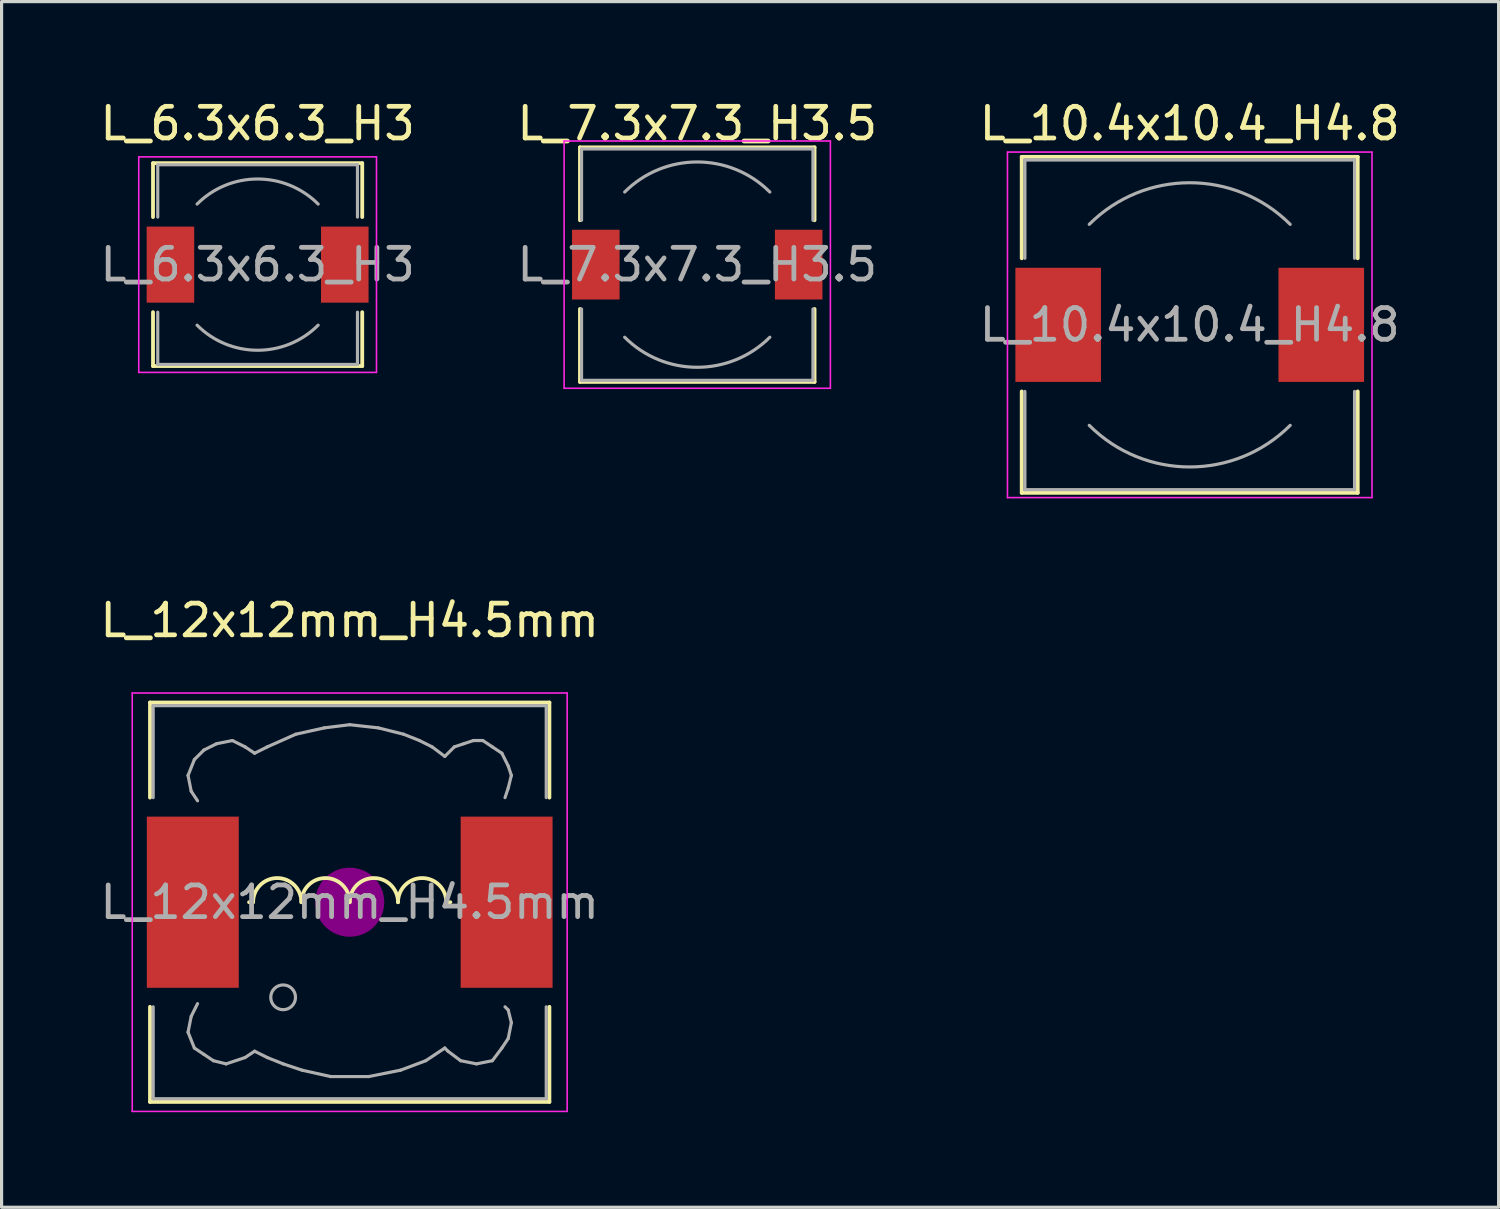
<source format=kicad_pcb>
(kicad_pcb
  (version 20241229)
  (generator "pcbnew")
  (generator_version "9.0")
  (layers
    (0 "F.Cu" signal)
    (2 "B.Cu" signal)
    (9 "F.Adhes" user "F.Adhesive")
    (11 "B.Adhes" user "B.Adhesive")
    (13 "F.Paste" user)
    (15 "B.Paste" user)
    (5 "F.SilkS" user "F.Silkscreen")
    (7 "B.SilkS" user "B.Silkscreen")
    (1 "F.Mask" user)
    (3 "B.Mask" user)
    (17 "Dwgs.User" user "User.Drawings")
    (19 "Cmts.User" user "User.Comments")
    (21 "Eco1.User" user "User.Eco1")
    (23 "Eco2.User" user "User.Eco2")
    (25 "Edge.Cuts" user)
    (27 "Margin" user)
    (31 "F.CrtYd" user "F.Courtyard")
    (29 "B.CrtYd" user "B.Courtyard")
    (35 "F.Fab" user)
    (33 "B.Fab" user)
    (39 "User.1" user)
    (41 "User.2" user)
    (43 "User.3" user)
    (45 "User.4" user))
  (footprint "L_7.3x7.3_H3.5"
    (layer "F.Cu")
    (at 18.946 5.298)
    (property "Reference" "L_7.3x7.3_H3.5" (at 0 -4.45 0) (layer "F.SilkS") (effects (font (size 1 1) (thickness 0.15))))
    (attr smd)
    (fp_line (start -3.7 -3.7) (end 3.7 -3.7) (stroke (width 0.12) (type solid)) (layer "F.SilkS"))
    (fp_line (start -3.7 -1.4) (end -3.7 -3.7) (stroke (width 0.12) (type solid)) (layer "F.SilkS"))
    (fp_line (start -3.7 3.7) (end -3.7 1.4) (stroke (width 0.12) (type solid)) (layer "F.SilkS"))
    (fp_line (start 3.7 -3.7) (end 3.7 -1.4) (stroke (width 0.12) (type solid)) (layer "F.SilkS"))
    (fp_line (start 3.7 1.4) (end 3.7 3.7) (stroke (width 0.12) (type solid)) (layer "F.SilkS"))
    (fp_line (start 3.7 3.7) (end -3.7 3.7) (stroke (width 0.12) (type solid)) (layer "F.SilkS"))
    (fp_line (start -4.2 -3.9) (end -4.2 3.9) (stroke (width 0.05) (type solid)) (layer "F.CrtYd"))
    (fp_line (start -4.2 3.9) (end 4.2 3.9) (stroke (width 0.05) (type solid)) (layer "F.CrtYd"))
    (fp_line (start 4.2 -3.9) (end -4.2 -3.9) (stroke (width 0.05) (type solid)) (layer "F.CrtYd"))
    (fp_line (start 4.2 3.9) (end 4.2 -3.9) (stroke (width 0.05) (type solid)) (layer "F.CrtYd"))
    (fp_line (start -3.65 -3.65) (end -3.65 -1.4) (stroke (width 0.1) (type solid)) (layer "F.Fab"))
    (fp_line (start -3.65 -3.65) (end 3.65 -3.65) (stroke (width 0.1) (type solid)) (layer "F.Fab"))
    (fp_line (start -3.65 3.65) (end -3.65 1.4) (stroke (width 0.1) (type solid)) (layer "F.Fab"))
    (fp_line (start 3.65 -3.65) (end 3.65 -1.4) (stroke (width 0.1) (type solid)) (layer "F.Fab"))
    (fp_line (start 3.65 3.65) (end -3.65 3.65) (stroke (width 0.1) (type solid)) (layer "F.Fab"))
    (fp_line (start 3.65 3.65) (end 3.65 1.4) (stroke (width 0.1) (type solid)) (layer "F.Fab"))
    (fp_arc (start -2.29 -2.29) (mid 0 -3.238549) (end 2.29 -2.29) (stroke (width 0.1) (type solid)) (layer "F.Fab"))
    (fp_arc (start 2.29 2.29) (mid 0 3.238549) (end -2.29 2.29) (stroke (width 0.1) (type solid)) (layer "F.Fab"))
    (fp_text user "${REFERENCE}" (at 0 0 0) (layer "F.Fab") (effects (font (size 1 1) (thickness 0.15))))
    (pad "1" smd rect (at -3.2 0) (size 1.5 2.2) (layers "F.Cu" "F.Mask" "F.Paste"))
    (pad "2" smd rect (at 3.2 0) (size 1.5 2.2) (layers "F.Cu" "F.Mask" "F.Paste")))
  (footprint "L_10.4x10.4_H4.8"
    (layer "F.Cu")
    (at 34.482 7.198)
    (property "Reference" "L_10.4x10.4_H4.8" (at 0 -6.35 0) (layer "F.SilkS") (effects (font (size 1 1) (thickness 0.15))))
    (attr smd)
    (fp_line (start -5.3 -5.3) (end 5.3 -5.3) (stroke (width 0.12) (type solid)) (layer "F.SilkS"))
    (fp_line (start -5.3 -2.1) (end -5.3 -5.3) (stroke (width 0.12) (type solid)) (layer "F.SilkS"))
    (fp_line (start -5.3 5.3) (end -5.3 2.1) (stroke (width 0.12) (type solid)) (layer "F.SilkS"))
    (fp_line (start 5.3 -5.3) (end 5.3 -2.1) (stroke (width 0.12) (type solid)) (layer "F.SilkS"))
    (fp_line (start 5.3 2.1) (end 5.3 5.3) (stroke (width 0.12) (type solid)) (layer "F.SilkS"))
    (fp_line (start 5.3 5.3) (end -5.3 5.3) (stroke (width 0.12) (type solid)) (layer "F.SilkS"))
    (fp_line (start -5.75 -5.45) (end -5.75 5.45) (stroke (width 0.05) (type solid)) (layer "F.CrtYd"))
    (fp_line (start -5.75 5.45) (end 5.75 5.45) (stroke (width 0.05) (type solid)) (layer "F.CrtYd"))
    (fp_line (start 5.75 -5.45) (end -5.75 -5.45) (stroke (width 0.05) (type solid)) (layer "F.CrtYd"))
    (fp_line (start 5.75 5.45) (end 5.75 -5.45) (stroke (width 0.05) (type solid)) (layer "F.CrtYd"))
    (fp_line (start -5.2 -5.2) (end -5.2 -2.1) (stroke (width 0.1) (type solid)) (layer "F.Fab"))
    (fp_line (start -5.2 -5.2) (end 5.2 -5.2) (stroke (width 0.1) (type solid)) (layer "F.Fab"))
    (fp_line (start -5.2 5.2) (end -5.2 2.1) (stroke (width 0.1) (type solid)) (layer "F.Fab"))
    (fp_line (start -5.2 5.2) (end 5.2 5.2) (stroke (width 0.1) (type solid)) (layer "F.Fab"))
    (fp_line (start 5.2 -5.2) (end 5.2 -2.1) (stroke (width 0.1) (type solid)) (layer "F.Fab"))
    (fp_line (start 5.2 5.2) (end 5.2 2.1) (stroke (width 0.1) (type solid)) (layer "F.Fab"))
    (fp_arc (start -3.17 -3.17) (mid 0 -4.483057) (end 3.17 -3.17) (stroke (width 0.1) (type solid)) (layer "F.Fab"))
    (fp_arc (start 3.17 3.17) (mid 0 4.483057) (end -3.17 3.17) (stroke (width 0.1) (type solid)) (layer "F.Fab"))
    (fp_text user "${REFERENCE}" (at 0 0 0) (layer "F.Fab") (effects (font (size 1 1) (thickness 0.15))))
    (pad "1" smd rect (at -4.15 0) (size 2.7 3.6) (layers "F.Cu" "F.Mask" "F.Paste"))
    (pad "2" smd rect (at 4.15 0) (size 2.7 3.6) (layers "F.Cu" "F.Mask" "F.Paste")))
  (footprint "L_6.3x6.3_H3"
    (layer "F.Cu")
    (at 5.077 5.298)
    (property "Reference" "L_6.3x6.3_H3" (at 0 -4.45 0) (layer "F.SilkS") (effects (font (size 1 1) (thickness 0.15))))
    (attr smd)
    (fp_line (start -3.3 -3.2) (end 3.3 -3.2) (stroke (width 0.12) (type solid)) (layer "F.SilkS"))
    (fp_line (start -3.3 -1.5) (end -3.3 -3.2) (stroke (width 0.12) (type solid)) (layer "F.SilkS"))
    (fp_line (start -3.3 3.2) (end -3.3 1.5) (stroke (width 0.12) (type solid)) (layer "F.SilkS"))
    (fp_line (start 3.3 -3.2) (end 3.3 -1.5) (stroke (width 0.12) (type solid)) (layer "F.SilkS"))
    (fp_line (start 3.3 1.5) (end 3.3 3.2) (stroke (width 0.12) (type solid)) (layer "F.SilkS"))
    (fp_line (start 3.3 3.2) (end -3.3 3.2) (stroke (width 0.12) (type solid)) (layer "F.SilkS"))
    (fp_line (start -3.75 -3.4) (end -3.75 3.4) (stroke (width 0.05) (type solid)) (layer "F.CrtYd"))
    (fp_line (start -3.75 3.4) (end 3.75 3.4) (stroke (width 0.05) (type solid)) (layer "F.CrtYd"))
    (fp_line (start 3.75 -3.4) (end -3.75 -3.4) (stroke (width 0.05) (type solid)) (layer "F.CrtYd"))
    (fp_line (start 3.75 3.4) (end 3.75 -3.4) (stroke (width 0.05) (type solid)) (layer "F.CrtYd"))
    (fp_line (start -3.15 -3.15) (end -3.15 -1.5) (stroke (width 0.1) (type solid)) (layer "F.Fab"))
    (fp_line (start -3.15 -3.15) (end 3.15 -3.15) (stroke (width 0.1) (type solid)) (layer "F.Fab"))
    (fp_line (start -3.15 3.15) (end -3.15 1.5) (stroke (width 0.1) (type solid)) (layer "F.Fab"))
    (fp_line (start -3.15 3.15) (end 3.15 3.15) (stroke (width 0.1) (type solid)) (layer "F.Fab"))
    (fp_line (start 3.15 -3.15) (end 3.15 -1.5) (stroke (width 0.1) (type solid)) (layer "F.Fab"))
    (fp_line (start 3.15 3.15) (end 3.15 1.5) (stroke (width 0.1) (type solid)) (layer "F.Fab"))
    (fp_arc (start -1.91 -1.91) (mid 0 -2.701148) (end 1.91 -1.91) (stroke (width 0.1) (type solid)) (layer "F.Fab"))
    (fp_arc (start 1.91 1.91) (mid 0 2.701148) (end -1.91 1.91) (stroke (width 0.1) (type solid)) (layer "F.Fab"))
    (fp_text user "${REFERENCE}" (at 0 0 0) (layer "F.Fab") (effects (font (size 1 1) (thickness 0.15))))
    (pad "1" smd rect (at -2.75 0) (size 1.5 2.4) (layers "F.Cu" "F.Mask" "F.Paste"))
    (pad "2" smd rect (at 2.75 0) (size 1.5 2.4) (layers "F.Cu" "F.Mask" "F.Paste")))
  (footprint "L_12x12mm_H4.5mm"
    (layer "F.Cu")
    (at 7.982 25.412)
    (property "Reference" "L_12x12mm_H4.5mm" (at 0 -8.89 0) (layer "F.SilkS") (effects (font (size 1 1) (thickness 0.15))))
    (attr smd)
    (fp_line (start -6.3 -6.3) (end 6.3 -6.3) (stroke (width 0.12) (type solid)) (layer "F.SilkS"))
    (fp_line (start -6.3 -3.3) (end -6.3 -6.3) (stroke (width 0.12) (type solid)) (layer "F.SilkS"))
    (fp_line (start -6.3 6.3) (end -6.3 3.3) (stroke (width 0.12) (type solid)) (layer "F.SilkS"))
    (fp_line (start -3.048 0) (end -3.175 0) (stroke (width 0.12) (type solid)) (layer "F.SilkS"))
    (fp_line (start 3.175 0) (end 3.048 0) (stroke (width 0.12) (type solid)) (layer "F.SilkS"))
    (fp_line (start 6.3 -6.3) (end 6.3 -3.3) (stroke (width 0.12) (type solid)) (layer "F.SilkS"))
    (fp_line (start 6.3 3.3) (end 6.3 6.3) (stroke (width 0.12) (type solid)) (layer "F.SilkS"))
    (fp_line (start 6.3 6.3) (end -6.3 6.3) (stroke (width 0.12) (type solid)) (layer "F.SilkS"))
    (fp_arc (start -3.048 0) (mid -2.286 -0.762) (end -1.524 0) (stroke (width 0.12) (type solid)) (layer "F.SilkS"))
    (fp_arc (start -1.524 0) (mid -0.762 -0.762) (end 0 0) (stroke (width 0.12) (type solid)) (layer "F.SilkS"))
    (fp_arc (start 0 0) (mid 0.762 -0.762) (end 1.524 0) (stroke (width 0.12) (type solid)) (layer "F.SilkS"))
    (fp_arc (start 1.524 0) (mid 2.286 -0.762) (end 3.048 0) (stroke (width 0.12) (type solid)) (layer "F.SilkS"))
    (fp_circle (center 0 0) (end 0.15 0.15) (stroke (width 0.38) (type solid)) (fill no) (layer "F.Adhes"))
    (fp_circle (center 0 0) (end 0.55 0) (stroke (width 0.38) (type solid)) (fill no) (layer "F.Adhes"))
    (fp_circle (center 0 0) (end 0.9 0) (stroke (width 0.38) (type solid)) (fill no) (layer "F.Adhes"))
    (fp_line (start -6.86 -6.6) (end 6.86 -6.6) (stroke (width 0.05) (type solid)) (layer "F.CrtYd"))
    (fp_line (start -6.86 6.6) (end -6.86 -6.6) (stroke (width 0.05) (type solid)) (layer "F.CrtYd"))
    (fp_line (start 6.86 -6.6) (end 6.86 6.6) (stroke (width 0.05) (type solid)) (layer "F.CrtYd"))
    (fp_line (start 6.86 6.6) (end -6.86 6.6) (stroke (width 0.05) (type solid)) (layer "F.CrtYd"))
    (fp_line (start -6.2 -6.2) (end -6.2 -3.3) (stroke (width 0.1) (type solid)) (layer "F.Fab"))
    (fp_line (start -6.2 3.3) (end -6.2 6.2) (stroke (width 0.1) (type solid)) (layer "F.Fab"))
    (fp_line (start -6.2 6.2) (end 6.2 6.2) (stroke (width 0.1) (type solid)) (layer "F.Fab"))
    (fp_line (start -5.1 -4) (end -5 -3.5) (stroke (width 0.1) (type solid)) (layer "F.Fab"))
    (fp_line (start -5.1 4.1) (end -5 3.6) (stroke (width 0.1) (type solid)) (layer "F.Fab"))
    (fp_line (start -5 -3.5) (end -4.8 -3.2) (stroke (width 0.1) (type solid)) (layer "F.Fab"))
    (fp_line (start -5 3.6) (end -4.8 3.2) (stroke (width 0.1) (type solid)) (layer "F.Fab"))
    (fp_line (start -4.9 -4.5) (end -5.1 -4) (stroke (width 0.1) (type solid)) (layer "F.Fab"))
    (fp_line (start -4.9 4.6) (end -5.1 4.1) (stroke (width 0.1) (type solid)) (layer "F.Fab"))
    (fp_line (start -4.6 -4.8) (end -4.9 -4.5) (stroke (width 0.1) (type solid)) (layer "F.Fab"))
    (fp_line (start -4.6 4.8) (end -4.9 4.6) (stroke (width 0.1) (type solid)) (layer "F.Fab"))
    (fp_line (start -4.3 5) (end -4.6 4.8) (stroke (width 0.1) (type solid)) (layer "F.Fab"))
    (fp_line (start -4.2 -5) (end -4.6 -4.8) (stroke (width 0.1) (type solid)) (layer "F.Fab"))
    (fp_line (start -3.9 5.1) (end -4.3 5) (stroke (width 0.1) (type solid)) (layer "F.Fab"))
    (fp_line (start -3.7 -5.1) (end -4.2 -5) (stroke (width 0.1) (type solid)) (layer "F.Fab"))
    (fp_line (start -3.3 -4.9) (end -3.7 -5.1) (stroke (width 0.1) (type solid)) (layer "F.Fab"))
    (fp_line (start -3.3 4.9) (end -3.9 5.1) (stroke (width 0.1) (type solid)) (layer "F.Fab"))
    (fp_line (start -3 -4.7) (end -3.3 -4.9) (stroke (width 0.1) (type solid)) (layer "F.Fab"))
    (fp_line (start -3 4.7) (end -3.3 4.9) (stroke (width 0.1) (type solid)) (layer "F.Fab"))
    (fp_line (start -2.6 -4.9) (end -3 -4.7) (stroke (width 0.1) (type solid)) (layer "F.Fab"))
    (fp_line (start -2.6 4.9) (end -3 4.7) (stroke (width 0.1) (type solid)) (layer "F.Fab"))
    (fp_line (start -2.1 5.1) (end -2.6 4.9) (stroke (width 0.1) (type solid)) (layer "F.Fab"))
    (fp_line (start -1.7 -5.3) (end -2.6 -4.9) (stroke (width 0.1) (type solid)) (layer "F.Fab"))
    (fp_line (start -1.5 5.3) (end -2.1 5.1) (stroke (width 0.1) (type solid)) (layer "F.Fab"))
    (fp_line (start -0.8 -5.5) (end -1.7 -5.3) (stroke (width 0.1) (type solid)) (layer "F.Fab"))
    (fp_line (start -0.6 5.5) (end -1.5 5.3) (stroke (width 0.1) (type solid)) (layer "F.Fab"))
    (fp_line (start 0 -5.6) (end -0.8 -5.5) (stroke (width 0.1) (type solid)) (layer "F.Fab"))
    (fp_line (start 0.6 5.5) (end -0.6 5.5) (stroke (width 0.1) (type solid)) (layer "F.Fab"))
    (fp_line (start 0.9 -5.5) (end 0 -5.6) (stroke (width 0.1) (type solid)) (layer "F.Fab"))
    (fp_line (start 1.6 5.3) (end 0.6 5.5) (stroke (width 0.1) (type solid)) (layer "F.Fab"))
    (fp_line (start 1.7 -5.3) (end 0.9 -5.5) (stroke (width 0.1) (type solid)) (layer "F.Fab"))
    (fp_line (start 2.2 -5.1) (end 1.7 -5.3) (stroke (width 0.1) (type solid)) (layer "F.Fab"))
    (fp_line (start 2.4 5) (end 1.6 5.3) (stroke (width 0.1) (type solid)) (layer "F.Fab"))
    (fp_line (start 2.6 -4.9) (end 2.2 -5.1) (stroke (width 0.1) (type solid)) (layer "F.Fab"))
    (fp_line (start 3 -4.6) (end 2.6 -4.9) (stroke (width 0.1) (type solid)) (layer "F.Fab"))
    (fp_line (start 3 4.6) (end 2.4 5) (stroke (width 0.1) (type solid)) (layer "F.Fab"))
    (fp_line (start 3.1 4.7) (end 3 4.6) (stroke (width 0.1) (type solid)) (layer "F.Fab"))
    (fp_line (start 3.3 -4.9) (end 3 -4.6) (stroke (width 0.1) (type solid)) (layer "F.Fab"))
    (fp_line (start 3.5 5) (end 3.1 4.7) (stroke (width 0.1) (type solid)) (layer "F.Fab"))
    (fp_line (start 3.6 -5) (end 3.3 -4.9) (stroke (width 0.1) (type solid)) (layer "F.Fab"))
    (fp_line (start 3.9 -5.1) (end 3.6 -5) (stroke (width 0.1) (type solid)) (layer "F.Fab"))
    (fp_line (start 4 5.1) (end 3.5 5) (stroke (width 0.1) (type solid)) (layer "F.Fab"))
    (fp_line (start 4.2 -5.1) (end 3.9 -5.1) (stroke (width 0.1) (type solid)) (layer "F.Fab"))
    (fp_line (start 4.5 -4.9) (end 4.2 -5.1) (stroke (width 0.1) (type solid)) (layer "F.Fab"))
    (fp_line (start 4.5 5) (end 4 5.1) (stroke (width 0.1) (type solid)) (layer "F.Fab"))
    (fp_line (start 4.8 -4.7) (end 4.5 -4.9) (stroke (width 0.1) (type solid)) (layer "F.Fab"))
    (fp_line (start 4.8 4.6) (end 4.5 5) (stroke (width 0.1) (type solid)) (layer "F.Fab"))
    (fp_line (start 4.9 -3.3) (end 5 -3.6) (stroke (width 0.1) (type solid)) (layer "F.Fab"))
    (fp_line (start 4.9 3.3) (end 5 3.4) (stroke (width 0.1) (type solid)) (layer "F.Fab"))
    (fp_line (start 5 -4.3) (end 4.8 -4.7) (stroke (width 0.1) (type solid)) (layer "F.Fab"))
    (fp_line (start 5 -3.6) (end 5.1 -4) (stroke (width 0.1) (type solid)) (layer "F.Fab"))
    (fp_line (start 5 3.4) (end 5.1 3.8) (stroke (width 0.1) (type solid)) (layer "F.Fab"))
    (fp_line (start 5 4.3) (end 4.8 4.6) (stroke (width 0.1) (type solid)) (layer "F.Fab"))
    (fp_line (start 5.1 -4) (end 5 -4.3) (stroke (width 0.1) (type solid)) (layer "F.Fab"))
    (fp_line (start 5.1 3.8) (end 5 4.3) (stroke (width 0.1) (type solid)) (layer "F.Fab"))
    (fp_line (start 6.2 -6.2) (end -6.2 -6.2) (stroke (width 0.1) (type solid)) (layer "F.Fab"))
    (fp_line (start 6.2 -6.2) (end 6.2 -3.3) (stroke (width 0.1) (type solid)) (layer "F.Fab"))
    (fp_line (start 6.2 6.2) (end 6.2 3.3) (stroke (width 0.1) (type solid)) (layer "F.Fab"))
    (fp_circle (center -2.1 3) (end -1.8 3.25) (stroke (width 0.1) (type solid)) (fill no) (layer "F.Fab"))
    (fp_text user "${REFERENCE}" (at 0 0 0) (layer "F.Fab") (effects (font (size 1 1) (thickness 0.15))))
    (pad "1" smd rect (at -4.95 0) (size 2.9 5.4) (layers "F.Cu" "F.Mask" "F.Paste"))
    (pad "2" smd rect (at 4.95 0) (size 2.9 5.4) (layers "F.Cu" "F.Mask" "F.Paste")))
  (gr_rect
    (start -3 -3)
    (end 44.226 35.036)
    (stroke (width 0.1) (type default))
    (fill no)
    (layer "Edge.Cuts")))
</source>
